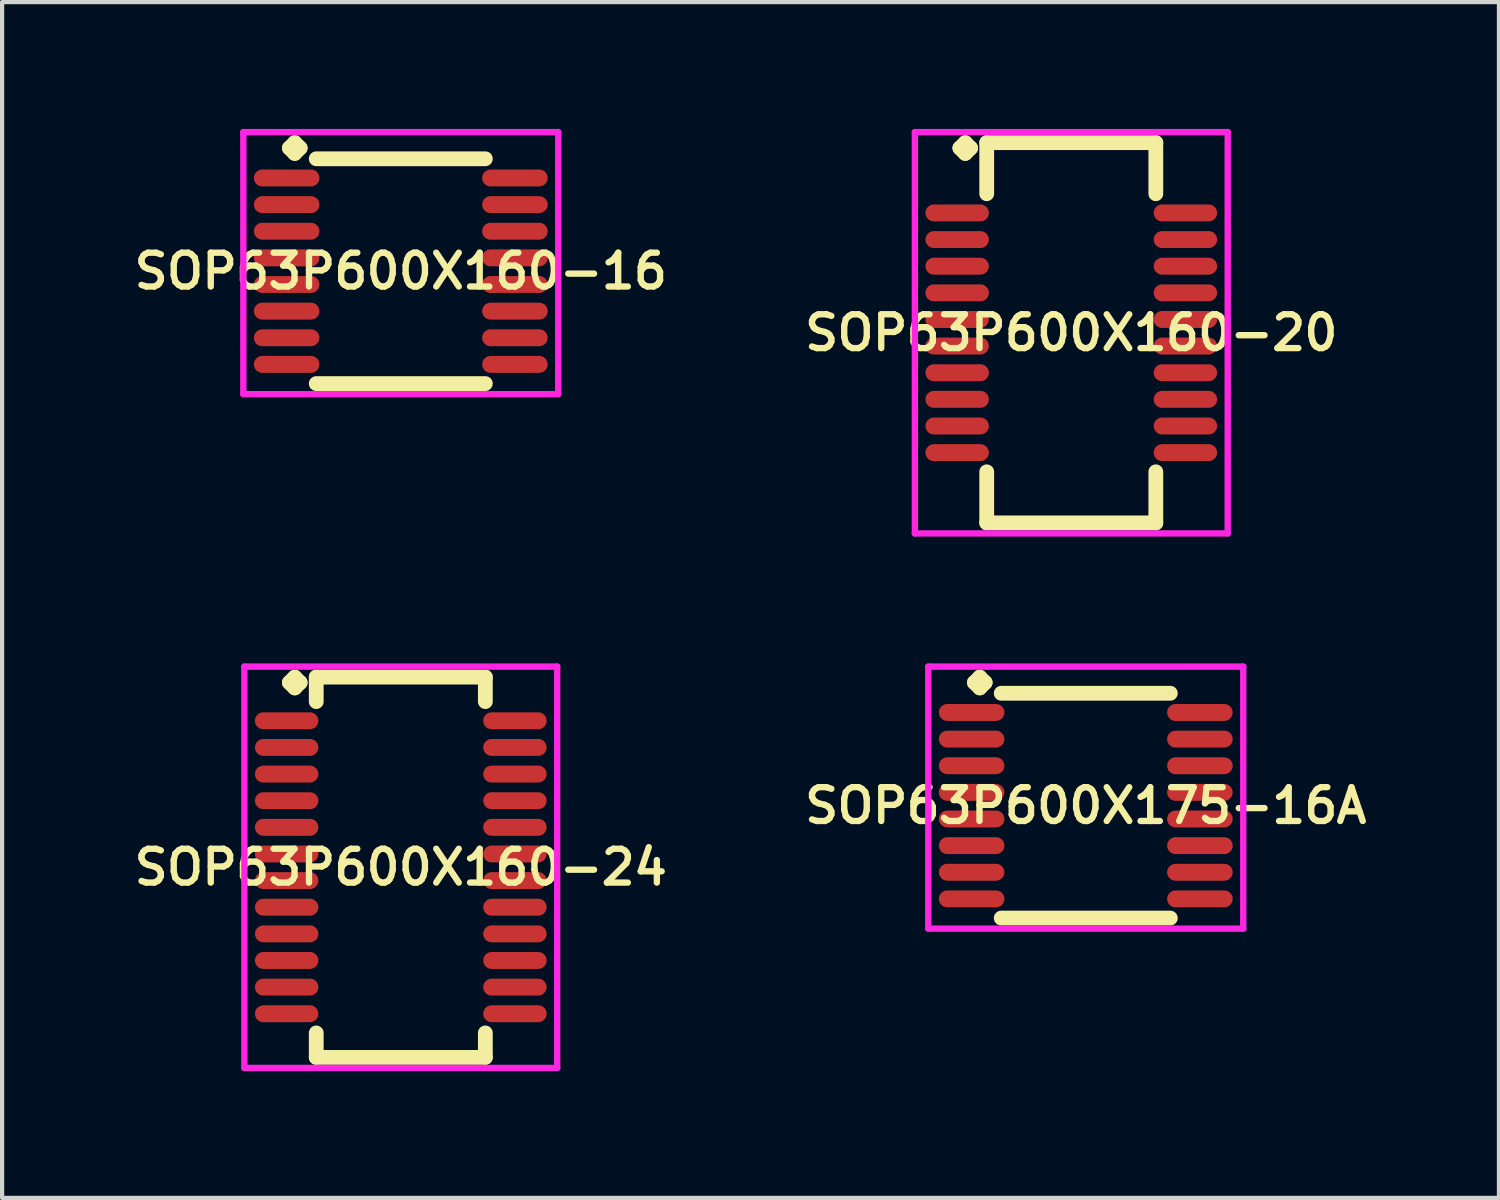
<source format=kicad_pcb>
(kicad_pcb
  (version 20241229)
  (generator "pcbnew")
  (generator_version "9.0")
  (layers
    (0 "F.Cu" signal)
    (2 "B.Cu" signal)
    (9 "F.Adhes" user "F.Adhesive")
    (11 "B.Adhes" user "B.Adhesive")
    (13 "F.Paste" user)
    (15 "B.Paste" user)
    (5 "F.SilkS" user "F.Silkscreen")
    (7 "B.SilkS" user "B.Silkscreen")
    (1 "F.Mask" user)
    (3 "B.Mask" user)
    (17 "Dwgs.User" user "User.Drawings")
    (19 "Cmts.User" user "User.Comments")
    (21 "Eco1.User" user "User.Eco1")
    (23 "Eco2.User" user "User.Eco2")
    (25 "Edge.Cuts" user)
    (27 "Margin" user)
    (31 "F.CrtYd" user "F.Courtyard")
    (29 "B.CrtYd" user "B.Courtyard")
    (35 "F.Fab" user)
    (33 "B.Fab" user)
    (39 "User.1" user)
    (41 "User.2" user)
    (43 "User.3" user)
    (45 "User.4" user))
  (footprint "SOP63P600X175-16A"
    (layer "F.Cu")
    (at 22.635 16.009)
    (property "Reference" "SOP63P600X175-16A" (at 0 0 0) (layer "F.SilkS") (effects (font (size 0.8 0.8) (thickness 0.15))))
    (attr smd)
    (fp_line (start -2.635 -2.913) (end -2.508 -3.04) (stroke (width 0.35) (type solid)) (layer "F.SilkS"))
    (fp_line (start -2.508 -3.04) (end -2.381 -2.913) (stroke (width 0.35) (type solid)) (layer "F.SilkS"))
    (fp_line (start -2.508 -2.786) (end -2.635 -2.913) (stroke (width 0.35) (type solid)) (layer "F.SilkS"))
    (fp_line (start -2.381 -2.913) (end -2.508 -2.786) (stroke (width 0.35) (type solid)) (layer "F.SilkS"))
    (fp_line (start -2 -2.659) (end 2 -2.659) (stroke (width 0.35) (type solid)) (layer "F.SilkS"))
    (fp_line (start -2 2.659) (end 2 2.659) (stroke (width 0.35) (type solid)) (layer "F.SilkS"))
    (fp_line (start -3.725 -3.29) (end 3.725 -3.29) (stroke (width 0.15) (type solid)) (layer "F.CrtYd"))
    (fp_line (start -3.725 2.909) (end -3.725 -3.29) (stroke (width 0.15) (type solid)) (layer "F.CrtYd"))
    (fp_line (start 3.725 -3.29) (end 3.725 2.909) (stroke (width 0.15) (type solid)) (layer "F.CrtYd"))
    (fp_line (start 3.725 2.909) (end -3.725 2.909) (stroke (width 0.15) (type solid)) (layer "F.CrtYd"))
    (pad "1" smd oval (at -2.7 -2.205) (size 1.55 0.4) (layers "F.Cu" "F.Mask" "F.Paste"))
    (pad "2" smd oval (at -2.7 -1.575) (size 1.55 0.4) (layers "F.Cu" "F.Mask" "F.Paste"))
    (pad "3" smd oval (at -2.7 -0.945) (size 1.55 0.4) (layers "F.Cu" "F.Mask" "F.Paste"))
    (pad "4" smd oval (at -2.7 -0.315) (size 1.55 0.4) (layers "F.Cu" "F.Mask" "F.Paste"))
    (pad "5" smd oval (at -2.7 0.315) (size 1.55 0.4) (layers "F.Cu" "F.Mask" "F.Paste"))
    (pad "6" smd oval (at -2.7 0.945) (size 1.55 0.4) (layers "F.Cu" "F.Mask" "F.Paste"))
    (pad "7" smd oval (at -2.7 1.575) (size 1.55 0.4) (layers "F.Cu" "F.Mask" "F.Paste"))
    (pad "8" smd oval (at -2.7 2.205) (size 1.55 0.4) (layers "F.Cu" "F.Mask" "F.Paste"))
    (pad "9" smd oval (at 2.7 2.205) (size 1.55 0.4) (layers "F.Cu" "F.Mask" "F.Paste"))
    (pad "10" smd oval (at 2.7 1.575) (size 1.55 0.4) (layers "F.Cu" "F.Mask" "F.Paste"))
    (pad "11" smd oval (at 2.7 0.945) (size 1.55 0.4) (layers "F.Cu" "F.Mask" "F.Paste"))
    (pad "12" smd oval (at 2.7 0.315) (size 1.55 0.4) (layers "F.Cu" "F.Mask" "F.Paste"))
    (pad "13" smd oval (at 2.7 -0.315) (size 1.55 0.4) (layers "F.Cu" "F.Mask" "F.Paste"))
    (pad "14" smd oval (at 2.7 -0.945) (size 1.55 0.4) (layers "F.Cu" "F.Mask" "F.Paste"))
    (pad "15" smd oval (at 2.7 -1.575) (size 1.55 0.4) (layers "F.Cu" "F.Mask" "F.Paste"))
    (pad "16" smd oval (at 2.7 -2.205) (size 1.55 0.4) (layers "F.Cu" "F.Mask" "F.Paste")))
  (footprint "SOP63P600X160-24"
    (layer "F.Cu")
    (at 6.431 17.466)
    (property "Reference" "SOP63P600X160-24" (at 0 0 0) (layer "F.SilkS") (effects (font (size 0.8 0.8) (thickness 0.15))))
    (attr smd)
    (fp_line (start -2.635 -4.37) (end -2.508 -4.497) (stroke (width 0.35) (type solid)) (layer "F.SilkS"))
    (fp_line (start -2.508 -4.497) (end -2.381 -4.37) (stroke (width 0.35) (type solid)) (layer "F.SilkS"))
    (fp_line (start -2.508 -4.243) (end -2.635 -4.37) (stroke (width 0.35) (type solid)) (layer "F.SilkS"))
    (fp_line (start -2.381 -4.37) (end -2.508 -4.243) (stroke (width 0.35) (type solid)) (layer "F.SilkS"))
    (fp_line (start -2 -4.497) (end 2 -4.497) (stroke (width 0.35) (type solid)) (layer "F.SilkS"))
    (fp_line (start -2 -3.919) (end -2 -4.497) (stroke (width 0.35) (type solid)) (layer "F.SilkS"))
    (fp_line (start -2 3.919) (end -2 4.497) (stroke (width 0.35) (type solid)) (layer "F.SilkS"))
    (fp_line (start -2 4.497) (end 2 4.497) (stroke (width 0.35) (type solid)) (layer "F.SilkS"))
    (fp_line (start 2 -4.497) (end 2 -3.919) (stroke (width 0.35) (type solid)) (layer "F.SilkS"))
    (fp_line (start 2 4.497) (end 2 3.919) (stroke (width 0.35) (type solid)) (layer "F.SilkS"))
    (fp_line (start -3.7 -4.747) (end 3.7 -4.747) (stroke (width 0.15) (type solid)) (layer "F.CrtYd"))
    (fp_line (start -3.7 4.747) (end -3.7 -4.747) (stroke (width 0.15) (type solid)) (layer "F.CrtYd"))
    (fp_line (start 3.7 -4.747) (end 3.7 4.747) (stroke (width 0.15) (type solid)) (layer "F.CrtYd"))
    (fp_line (start 3.7 4.747) (end -3.7 4.747) (stroke (width 0.15) (type solid)) (layer "F.CrtYd"))
    (pad "1" smd oval (at -2.7 -3.465) (size 1.5 0.4) (layers "F.Cu" "F.Mask" "F.Paste"))
    (pad "2" smd oval (at -2.7 -2.835) (size 1.5 0.4) (layers "F.Cu" "F.Mask" "F.Paste"))
    (pad "3" smd oval (at -2.7 -2.205) (size 1.5 0.4) (layers "F.Cu" "F.Mask" "F.Paste"))
    (pad "4" smd oval (at -2.7 -1.575) (size 1.5 0.4) (layers "F.Cu" "F.Mask" "F.Paste"))
    (pad "5" smd oval (at -2.7 -0.945) (size 1.5 0.4) (layers "F.Cu" "F.Mask" "F.Paste"))
    (pad "6" smd oval (at -2.7 -0.315) (size 1.5 0.4) (layers "F.Cu" "F.Mask" "F.Paste"))
    (pad "7" smd oval (at -2.7 0.315) (size 1.5 0.4) (layers "F.Cu" "F.Mask" "F.Paste"))
    (pad "8" smd oval (at -2.7 0.945) (size 1.5 0.4) (layers "F.Cu" "F.Mask" "F.Paste"))
    (pad "9" smd oval (at -2.7 1.575) (size 1.5 0.4) (layers "F.Cu" "F.Mask" "F.Paste"))
    (pad "10" smd oval (at -2.7 2.205) (size 1.5 0.4) (layers "F.Cu" "F.Mask" "F.Paste"))
    (pad "11" smd oval (at -2.7 2.835) (size 1.5 0.4) (layers "F.Cu" "F.Mask" "F.Paste"))
    (pad "12" smd oval (at -2.7 3.465) (size 1.5 0.4) (layers "F.Cu" "F.Mask" "F.Paste"))
    (pad "13" smd oval (at 2.7 3.465) (size 1.5 0.4) (layers "F.Cu" "F.Mask" "F.Paste"))
    (pad "14" smd oval (at 2.7 2.835) (size 1.5 0.4) (layers "F.Cu" "F.Mask" "F.Paste"))
    (pad "15" smd oval (at 2.7 2.205) (size 1.5 0.4) (layers "F.Cu" "F.Mask" "F.Paste"))
    (pad "16" smd oval (at 2.7 1.575) (size 1.5 0.4) (layers "F.Cu" "F.Mask" "F.Paste"))
    (pad "17" smd oval (at 2.7 0.945) (size 1.5 0.4) (layers "F.Cu" "F.Mask" "F.Paste"))
    (pad "18" smd oval (at 2.7 0.315) (size 1.5 0.4) (layers "F.Cu" "F.Mask" "F.Paste"))
    (pad "19" smd oval (at 2.7 -0.315) (size 1.5 0.4) (layers "F.Cu" "F.Mask" "F.Paste"))
    (pad "20" smd oval (at 2.7 -0.945) (size 1.5 0.4) (layers "F.Cu" "F.Mask" "F.Paste"))
    (pad "21" smd oval (at 2.7 -1.575) (size 1.5 0.4) (layers "F.Cu" "F.Mask" "F.Paste"))
    (pad "22" smd oval (at 2.7 -2.205) (size 1.5 0.4) (layers "F.Cu" "F.Mask" "F.Paste"))
    (pad "23" smd oval (at 2.7 -2.835) (size 1.5 0.4) (layers "F.Cu" "F.Mask" "F.Paste"))
    (pad "24" smd oval (at 2.7 -3.465) (size 1.5 0.4) (layers "F.Cu" "F.Mask" "F.Paste")))
  (footprint "SOP63P600X160-20"
    (layer "F.Cu")
    (at 22.292 4.822)
    (property "Reference" "SOP63P600X160-20" (at 0 0 0) (layer "F.SilkS") (effects (font (size 0.8 0.8) (thickness 0.15))))
    (attr smd)
    (fp_line (start -2.635 -4.37) (end -2.508 -4.497) (stroke (width 0.35) (type solid)) (layer "F.SilkS"))
    (fp_line (start -2.508 -4.497) (end -2.381 -4.37) (stroke (width 0.35) (type solid)) (layer "F.SilkS"))
    (fp_line (start -2.508 -4.243) (end -2.635 -4.37) (stroke (width 0.35) (type solid)) (layer "F.SilkS"))
    (fp_line (start -2.381 -4.37) (end -2.508 -4.243) (stroke (width 0.35) (type solid)) (layer "F.SilkS"))
    (fp_line (start -2 -4.497) (end 2 -4.497) (stroke (width 0.35) (type solid)) (layer "F.SilkS"))
    (fp_line (start -2 -3.289) (end -2 -4.497) (stroke (width 0.35) (type solid)) (layer "F.SilkS"))
    (fp_line (start -2 3.289) (end -2 4.497) (stroke (width 0.35) (type solid)) (layer "F.SilkS"))
    (fp_line (start -2 4.497) (end 2 4.497) (stroke (width 0.35) (type solid)) (layer "F.SilkS"))
    (fp_line (start 2 -4.497) (end 2 -3.289) (stroke (width 0.35) (type solid)) (layer "F.SilkS"))
    (fp_line (start 2 4.497) (end 2 3.289) (stroke (width 0.35) (type solid)) (layer "F.SilkS"))
    (fp_line (start -3.7 -4.747) (end 3.7 -4.747) (stroke (width 0.15) (type solid)) (layer "F.CrtYd"))
    (fp_line (start -3.7 4.747) (end -3.7 -4.747) (stroke (width 0.15) (type solid)) (layer "F.CrtYd"))
    (fp_line (start 3.7 -4.747) (end 3.7 4.747) (stroke (width 0.15) (type solid)) (layer "F.CrtYd"))
    (fp_line (start 3.7 4.747) (end -3.7 4.747) (stroke (width 0.15) (type solid)) (layer "F.CrtYd"))
    (pad "1" smd oval (at -2.7 -2.835) (size 1.5 0.4) (layers "F.Cu" "F.Mask" "F.Paste"))
    (pad "2" smd oval (at -2.7 -2.205) (size 1.5 0.4) (layers "F.Cu" "F.Mask" "F.Paste"))
    (pad "3" smd oval (at -2.7 -1.575) (size 1.5 0.4) (layers "F.Cu" "F.Mask" "F.Paste"))
    (pad "4" smd oval (at -2.7 -0.945) (size 1.5 0.4) (layers "F.Cu" "F.Mask" "F.Paste"))
    (pad "5" smd oval (at -2.7 -0.315) (size 1.5 0.4) (layers "F.Cu" "F.Mask" "F.Paste"))
    (pad "6" smd oval (at -2.7 0.315) (size 1.5 0.4) (layers "F.Cu" "F.Mask" "F.Paste"))
    (pad "7" smd oval (at -2.7 0.945) (size 1.5 0.4) (layers "F.Cu" "F.Mask" "F.Paste"))
    (pad "8" smd oval (at -2.7 1.575) (size 1.5 0.4) (layers "F.Cu" "F.Mask" "F.Paste"))
    (pad "9" smd oval (at -2.7 2.205) (size 1.5 0.4) (layers "F.Cu" "F.Mask" "F.Paste"))
    (pad "10" smd oval (at -2.7 2.835) (size 1.5 0.4) (layers "F.Cu" "F.Mask" "F.Paste"))
    (pad "11" smd oval (at 2.7 2.835) (size 1.5 0.4) (layers "F.Cu" "F.Mask" "F.Paste"))
    (pad "12" smd oval (at 2.7 2.205) (size 1.5 0.4) (layers "F.Cu" "F.Mask" "F.Paste"))
    (pad "13" smd oval (at 2.7 1.575) (size 1.5 0.4) (layers "F.Cu" "F.Mask" "F.Paste"))
    (pad "14" smd oval (at 2.7 0.945) (size 1.5 0.4) (layers "F.Cu" "F.Mask" "F.Paste"))
    (pad "15" smd oval (at 2.7 0.315) (size 1.5 0.4) (layers "F.Cu" "F.Mask" "F.Paste"))
    (pad "16" smd oval (at 2.7 -0.315) (size 1.5 0.4) (layers "F.Cu" "F.Mask" "F.Paste"))
    (pad "17" smd oval (at 2.7 -0.945) (size 1.5 0.4) (layers "F.Cu" "F.Mask" "F.Paste"))
    (pad "18" smd oval (at 2.7 -1.575) (size 1.5 0.4) (layers "F.Cu" "F.Mask" "F.Paste"))
    (pad "19" smd oval (at 2.7 -2.205) (size 1.5 0.4) (layers "F.Cu" "F.Mask" "F.Paste"))
    (pad "20" smd oval (at 2.7 -2.835) (size 1.5 0.4) (layers "F.Cu" "F.Mask" "F.Paste")))
  (footprint "SOP63P600X160-16"
    (layer "F.Cu")
    (at 6.431 3.365)
    (property "Reference" "SOP63P600X160-16" (at 0 0 0) (layer "F.SilkS") (effects (font (size 0.8 0.8) (thickness 0.15))))
    (attr smd)
    (fp_line (start -2.635 -2.913) (end -2.508 -3.04) (stroke (width 0.35) (type solid)) (layer "F.SilkS"))
    (fp_line (start -2.508 -3.04) (end -2.381 -2.913) (stroke (width 0.35) (type solid)) (layer "F.SilkS"))
    (fp_line (start -2.508 -2.786) (end -2.635 -2.913) (stroke (width 0.35) (type solid)) (layer "F.SilkS"))
    (fp_line (start -2.381 -2.913) (end -2.508 -2.786) (stroke (width 0.35) (type solid)) (layer "F.SilkS"))
    (fp_line (start -2 -2.659) (end 2 -2.659) (stroke (width 0.35) (type solid)) (layer "F.SilkS"))
    (fp_line (start -2 2.659) (end 2 2.659) (stroke (width 0.35) (type solid)) (layer "F.SilkS"))
    (fp_line (start -3.725 -3.29) (end 3.725 -3.29) (stroke (width 0.15) (type solid)) (layer "F.CrtYd"))
    (fp_line (start -3.725 2.909) (end -3.725 -3.29) (stroke (width 0.15) (type solid)) (layer "F.CrtYd"))
    (fp_line (start 3.725 -3.29) (end 3.725 2.909) (stroke (width 0.15) (type solid)) (layer "F.CrtYd"))
    (fp_line (start 3.725 2.909) (end -3.725 2.909) (stroke (width 0.15) (type solid)) (layer "F.CrtYd"))
    (pad "1" smd oval (at -2.7 -2.205) (size 1.55 0.4) (layers "F.Cu" "F.Mask" "F.Paste"))
    (pad "2" smd oval (at -2.7 -1.575) (size 1.55 0.4) (layers "F.Cu" "F.Mask" "F.Paste"))
    (pad "3" smd oval (at -2.7 -0.945) (size 1.55 0.4) (layers "F.Cu" "F.Mask" "F.Paste"))
    (pad "4" smd oval (at -2.7 -0.315) (size 1.55 0.4) (layers "F.Cu" "F.Mask" "F.Paste"))
    (pad "5" smd oval (at -2.7 0.315) (size 1.55 0.4) (layers "F.Cu" "F.Mask" "F.Paste"))
    (pad "6" smd oval (at -2.7 0.945) (size 1.55 0.4) (layers "F.Cu" "F.Mask" "F.Paste"))
    (pad "7" smd oval (at -2.7 1.575) (size 1.55 0.4) (layers "F.Cu" "F.Mask" "F.Paste"))
    (pad "8" smd oval (at -2.7 2.205) (size 1.55 0.4) (layers "F.Cu" "F.Mask" "F.Paste"))
    (pad "9" smd oval (at 2.7 2.205) (size 1.55 0.4) (layers "F.Cu" "F.Mask" "F.Paste"))
    (pad "10" smd oval (at 2.7 1.575) (size 1.55 0.4) (layers "F.Cu" "F.Mask" "F.Paste"))
    (pad "11" smd oval (at 2.7 0.945) (size 1.55 0.4) (layers "F.Cu" "F.Mask" "F.Paste"))
    (pad "12" smd oval (at 2.7 0.315) (size 1.55 0.4) (layers "F.Cu" "F.Mask" "F.Paste"))
    (pad "13" smd oval (at 2.7 -0.315) (size 1.55 0.4) (layers "F.Cu" "F.Mask" "F.Paste"))
    (pad "14" smd oval (at 2.7 -0.945) (size 1.55 0.4) (layers "F.Cu" "F.Mask" "F.Paste"))
    (pad "15" smd oval (at 2.7 -1.575) (size 1.55 0.4) (layers "F.Cu" "F.Mask" "F.Paste"))
    (pad "16" smd oval (at 2.7 -2.205) (size 1.55 0.4) (layers "F.Cu" "F.Mask" "F.Paste")))
  (gr_rect
    (start -3 -3)
    (end 32.409 25.288)
    (stroke (width 0.1) (type default))
    (fill no)
    (layer "Edge.Cuts")))
</source>
